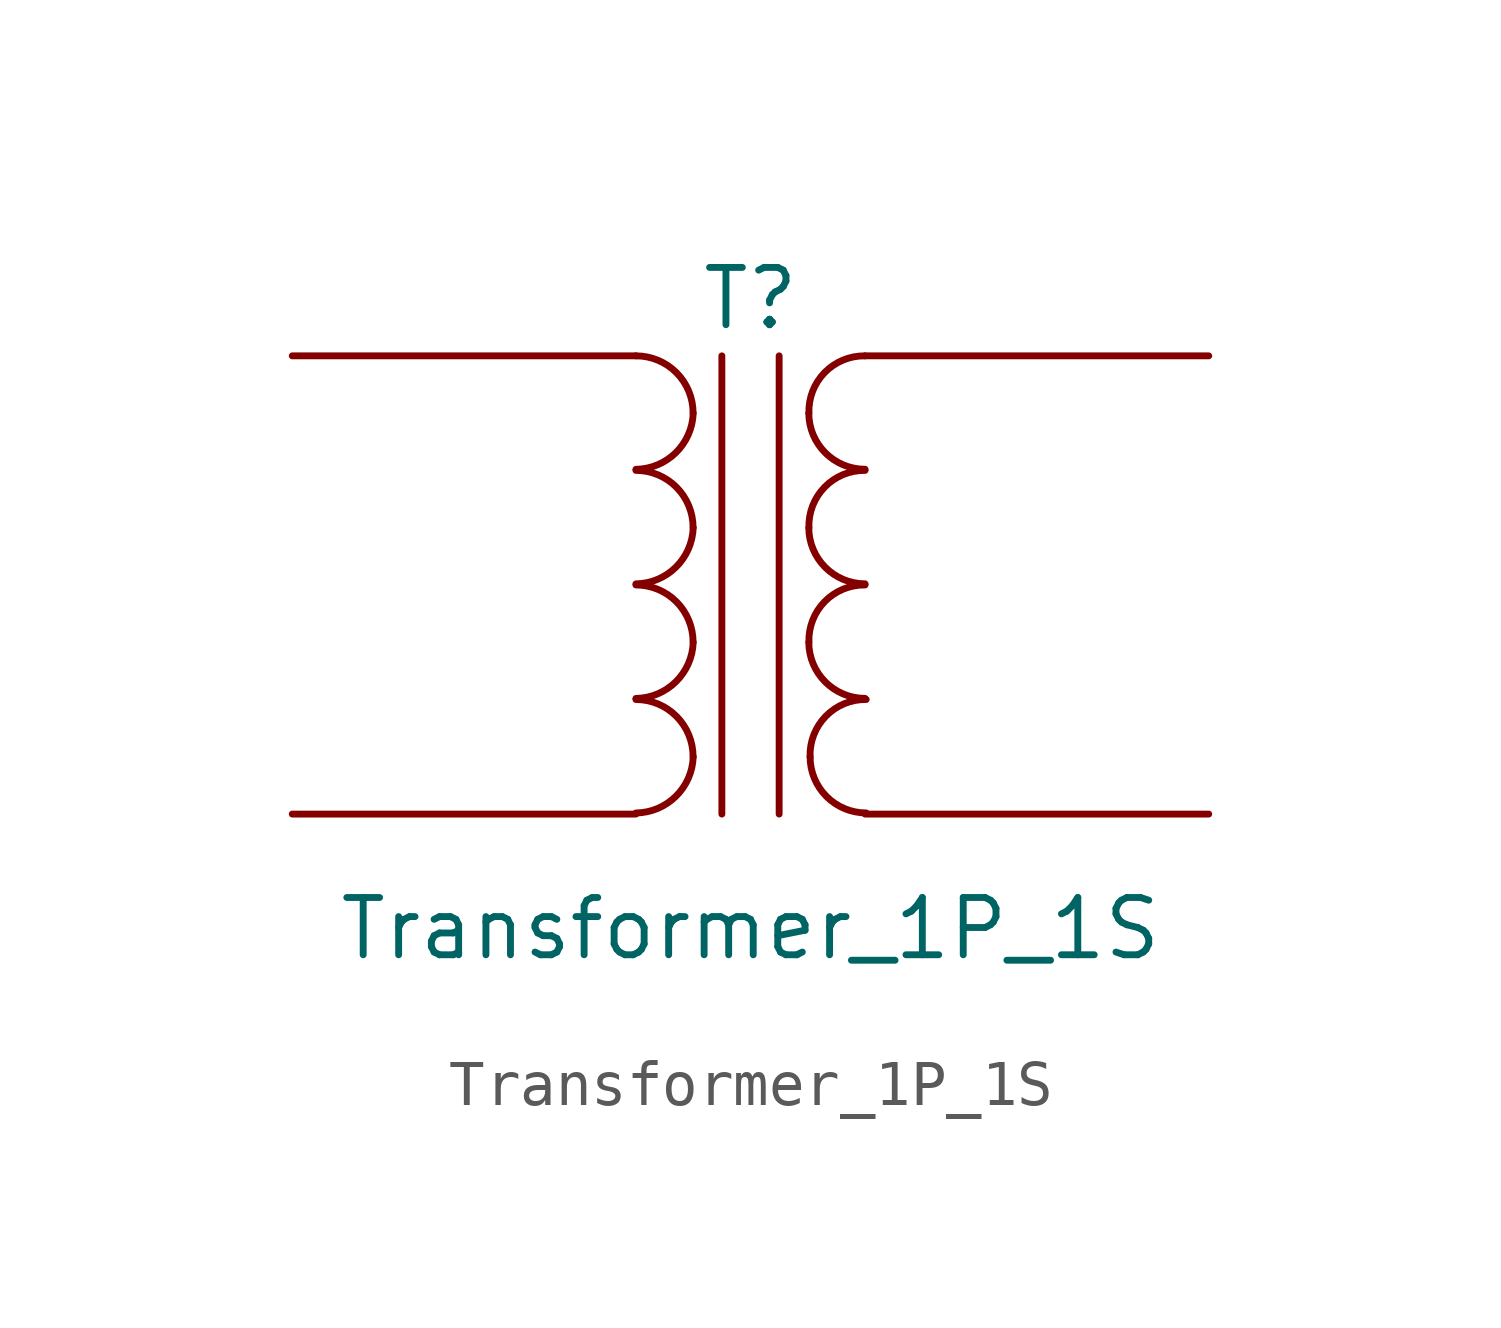
<source format=kicad_sym>
(kicad_symbol_lib
  (version 20231120)
  (generator "kicad_symbol_editor")
  (generator_version "8.0")
  (symbol "Transformer_1P_1S"
    (pin_numbers hide)
    (pin_names
      (offset 0) hide)
    (property "Reference" "T"
      (at 0 6.35 0)
      (effects (font (size 1.27 1.27))))
    (property "Value" "Transformer_1P_1S"
      (at 0 -7.62 0)
      (effects (font (size 1.27 1.27))))
    (symbol "Transformer_1P_1S_0_1"
      (arc (start -2.54 -5.0546) (mid -1.6599 -4.6901) (end -1.27 -3.81) (stroke (width 0) (type solid)) (fill (type none)))
      (arc (start -2.54 -2.5146) (mid -1.6599 -2.1501) (end -1.27 -1.27) (stroke (width 0) (type solid)) (fill (type none)))
      (arc (start -2.54 0.0254) (mid -1.6599 0.3899) (end -1.27 1.27) (stroke (width 0) (type solid)) (fill (type none)))
      (arc (start -2.54 2.5654) (mid -1.6599 2.9299) (end -1.27 3.81) (stroke (width 0) (type solid)) (fill (type none)))
      (arc (start -1.27 -3.81) (mid -1.642 -2.912) (end -2.54 -2.54) (stroke (width 0) (type solid)) (fill (type none)))
      (arc (start -1.27 -1.27) (mid -1.642 -0.372) (end -2.54 0) (stroke (width 0) (type solid)) (fill (type none)))
      (arc (start -1.27 1.27) (mid -1.642 2.168) (end -2.54 2.54) (stroke (width 0) (type solid)) (fill (type none)))
      (arc (start -1.27 3.81) (mid -1.642 4.708) (end -2.54 5.08) (stroke (width 0) (type solid)) (fill (type none)))
      (polyline (pts (xy -0.635 5.08) (xy -0.635 -5.08)) (stroke (width 0) (type solid)) (fill (type none)))
      (polyline (pts (xy 0.635 -5.08) (xy 0.635 5.08)) (stroke (width 0) (type solid)) (fill (type none)))
      (arc (start 1.2954 -1.27) (mid 1.6599 -2.1501) (end 2.54 -2.5146) (stroke (width 0) (type solid)) (fill (type none)))
      (arc (start 1.2954 1.27) (mid 1.6599 0.3899) (end 2.54 0.0254) (stroke (width 0) (type solid)) (fill (type none)))
      (arc (start 1.2954 3.81) (mid 1.6599 2.9299) (end 2.54 2.5654) (stroke (width 0) (type solid)) (fill (type none)))
      (arc (start 1.3208 -3.81) (mid 1.6853 -4.6901) (end 2.5654 -5.0546) (stroke (width 0) (type solid)) (fill (type none)))
      (arc (start 2.54 0) (mid 1.642 -0.372) (end 1.2954 -1.27) (stroke (width 0) (type solid)) (fill (type none)))
      (arc (start 2.54 2.54) (mid 1.642 2.168) (end 1.2954 1.27) (stroke (width 0) (type solid)) (fill (type none)))
      (arc (start 2.54 5.08) (mid 1.642 4.708) (end 1.2954 3.81) (stroke (width 0) (type solid)) (fill (type none)))
      (arc (start 2.5654 -2.54) (mid 1.6674 -2.912) (end 1.3208 -3.81) (stroke (width 0) (type solid)) (fill (type none))))
    (symbol "Transformer_1P_1S_1_1"
      (pin passive line (at -10.16 5.08 0) (length 7.62) (name "AA" (effects (font (size 1.27 1.27)))) (number "1" (effects (font (size 1.27 1.27)))))
      (pin passive line (at -10.16 -5.08 0) (length 7.62) (name "AB" (effects (font (size 1.27 1.27)))) (number "2" (effects (font (size 1.27 1.27)))))
      (pin passive line (at 10.16 -5.08 180) (length 7.62) (name "SA" (effects (font (size 1.27 1.27)))) (number "3" (effects (font (size 1.27 1.27)))))
      (pin passive line (at 10.16 5.08 180) (length 7.62) (name "SB" (effects (font (size 1.27 1.27)))) (number "4" (effects (font (size 1.27 1.27))))))))
</source>
